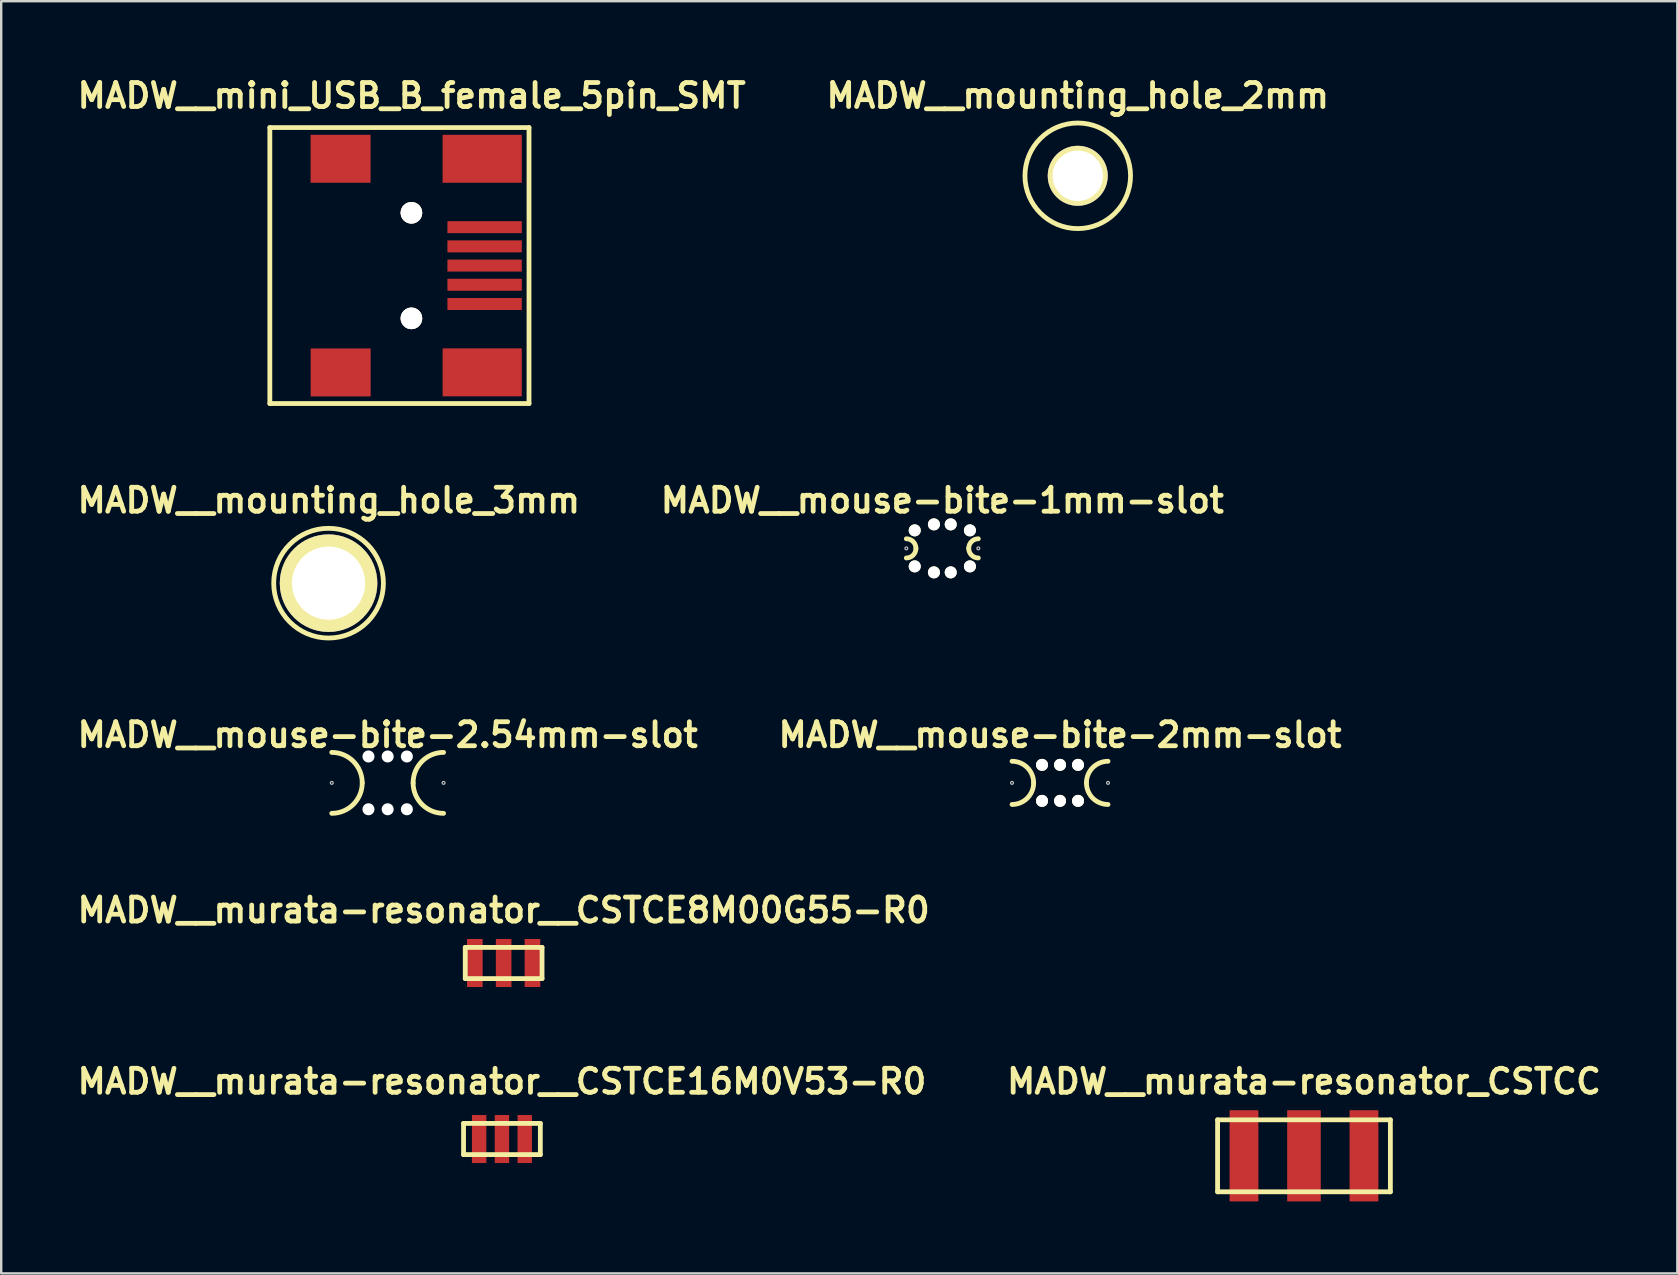
<source format=kicad_pcb>
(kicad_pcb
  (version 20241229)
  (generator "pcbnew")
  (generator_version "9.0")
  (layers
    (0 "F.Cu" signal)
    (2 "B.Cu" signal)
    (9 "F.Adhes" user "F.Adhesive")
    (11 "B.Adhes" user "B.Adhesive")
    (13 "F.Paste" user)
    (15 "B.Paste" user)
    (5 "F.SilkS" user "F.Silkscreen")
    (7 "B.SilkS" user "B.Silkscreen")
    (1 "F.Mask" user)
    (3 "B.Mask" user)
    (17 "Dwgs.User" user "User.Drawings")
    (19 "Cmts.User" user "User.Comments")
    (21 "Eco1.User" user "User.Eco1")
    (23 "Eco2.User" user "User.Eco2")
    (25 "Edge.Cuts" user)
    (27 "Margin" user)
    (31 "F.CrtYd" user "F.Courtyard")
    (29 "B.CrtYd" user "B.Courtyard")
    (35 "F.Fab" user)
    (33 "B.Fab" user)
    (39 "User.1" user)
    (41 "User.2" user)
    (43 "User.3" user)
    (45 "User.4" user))
  (footprint "MADW__murata-resonator_CSTCC"
    (layer "F.Cu")
    (at 51.29 45.116)
    (property "Reference" "MADW__murata-resonator_CSTCC" (at 0 -3.1 0) (layer "F.SilkS") (effects (font (size 1 1) (thickness 0.2))))
    (attr through_hole)
    (fp_line (start -3.6 -1.5) (end 3.6 -1.5) (stroke (width 0.2) (type solid)) (layer "F.SilkS"))
    (fp_line (start -3.6 1.5) (end -3.6 -1.5) (stroke (width 0.2) (type solid)) (layer "F.SilkS"))
    (fp_line (start 3.6 -1.5) (end 3.6 1.5) (stroke (width 0.2) (type solid)) (layer "F.SilkS"))
    (fp_line (start 3.6 1.5) (end -3.6 1.5) (stroke (width 0.2) (type solid)) (layer "F.SilkS"))
    (pad "1" smd rect (at -2.5 0) (size 1.2 3.8) (layers "F.Cu" "F.Mask" "F.Paste"))
    (pad "2" smd rect (at 0 0) (size 1.4 3.8) (layers "F.Cu" "F.Mask" "F.Paste"))
    (pad "3" smd rect (at 2.5 0) (size 1.2 3.8) (layers "F.Cu" "F.Mask" "F.Paste")))
  (footprint "MADW__murata-resonator__CSTCE8M00G55-R0"
    (layer "F.Cu")
    (at 17.938 37.08)
    (property "Reference" "MADW__murata-resonator__CSTCE8M00G55-R0" (at 0 -2.2 0) (layer "F.SilkS") (effects (font (size 1 1) (thickness 0.2))))
    (attr through_hole)
    (fp_line (start -1.6 -0.65) (end -1.6 0.65) (stroke (width 0.2) (type solid)) (layer "F.SilkS"))
    (fp_line (start -1.6 -0.65) (end 1.6 -0.65) (stroke (width 0.2) (type solid)) (layer "F.SilkS"))
    (fp_line (start 1.6 0.65) (end -1.6 0.65) (stroke (width 0.2) (type solid)) (layer "F.SilkS"))
    (fp_line (start 1.6 -0.65) (end 1.6 0.65) (stroke (width 0.2) (type solid)) (layer "F.SilkS"))
    (pad "1" smd rect (at -1.2 0) (size 0.65 2) (layers "F.Cu" "F.Mask" "F.Paste"))
    (pad "2" smd rect (at 0 0) (size 0.65 2) (layers "F.Cu" "F.Mask" "F.Paste"))
    (pad "3" smd rect (at 1.2 0) (size 0.65 2) (layers "F.Cu" "F.Mask" "F.Paste")))
  (footprint "MADW__mini_USB_B_female_5pin_SMT"
    (layer "F.Cu")
    (at 14.095 8.016)
    (property "Reference" "MADW__mini_USB_B_female_5pin_SMT" (at 0.01 -7.08 0) (layer "F.SilkS") (effects (font (size 1 1) (thickness 0.2))))
    (attr through_hole)
    (fp_line (start -5.9 5.75) (end -5.9 -5.75) (stroke (width 0.2) (type solid)) (layer "F.SilkS"))
    (fp_line (start -5.9 5.75) (end 4.9 5.75) (stroke (width 0.2) (type solid)) (layer "F.SilkS"))
    (fp_line (start 4.9 -5.75) (end -5.9 -5.75) (stroke (width 0.2) (type solid)) (layer "F.SilkS"))
    (fp_line (start 4.9 -5.75) (end 4.9 5.75) (stroke (width 0.2) (type solid)) (layer "F.SilkS"))
    (pad "1" smd rect (at 3.05 -1.599) (size 3.099 0.5) (layers "F.Cu" "F.Mask" "F.Paste"))
    (pad "2" smd rect (at 3.05 -0.799) (size 3.099 0.5) (layers "F.Cu" "F.Mask" "F.Paste"))
    (pad "3" smd rect (at 3.05 0.001) (size 3.099 0.5) (layers "F.Cu" "F.Mask" "F.Paste"))
    (pad "4" smd rect (at 3.05 0.801) (size 3.099 0.5) (layers "F.Cu" "F.Mask" "F.Paste"))
    (pad "5" smd rect (at 3.05 1.602) (size 3.099 0.5) (layers "F.Cu" "F.Mask" "F.Paste"))
    (pad "6" smd rect (at -2.952 -4.449) (size 2.499 1.999) (layers "F.Cu" "F.Mask" "F.Paste"))
    (pad "7" smd rect (at 2.949 -4.449) (size 3.299 1.999) (layers "F.Cu" "F.Mask" "F.Paste"))
    (pad "8" smd rect (at -2.949 4.454) (size 2.499 1.999) (layers "F.Cu" "F.Mask" "F.Paste"))
    (pad "9" smd rect (at 2.949 4.451) (size 3.299 1.999) (layers "F.Cu" "F.Mask" "F.Paste"))
    (pad "10" thru_hole circle (at -0.00032 -2.198) (size 0.899 0.899) (drill 0.899) (layers "*.Cu" "*.Mask" "F.SilkS"))
    (pad "11" thru_hole circle (at -0.00032 2.201) (size 0.899 0.899) (drill 0.899) (layers "*.Cu" "*.Mask" "F.SilkS")))
  (footprint "MADW__mounting_hole_2mm"
    (layer "F.Cu")
    (at 41.862 4.276)
    (property "Reference" "MADW__mounting_hole_2mm" (at 0 -3.34 0) (layer "F.SilkS") (effects (font (size 1 1) (thickness 0.2))))
    (attr through_hole)
    (fp_circle (center 0 0) (end 2.2 0) (stroke (width 0.2) (type solid)) (fill no) (layer "F.SilkS"))
    (pad "1" thru_hole circle (at 0 0) (size 2.5 2.5) (drill 2.1) (layers "*.Cu" "*.Mask" "F.SilkS")))
  (footprint "MADW__mounting_hole_3mm"
    (layer "F.Cu")
    (at 10.642 21.252)
    (property "Reference" "MADW__mounting_hole_3mm" (at 0.01 -3.45 0) (layer "F.SilkS") (effects (font (size 1 1) (thickness 0.2))))
    (attr through_hole)
    (fp_circle (center 0 0) (end 0 -2.286) (stroke (width 0.2) (type solid)) (fill no) (layer "F.SilkS"))
    (pad "1" thru_hole circle (at 0 0) (size 4.064 4.064) (drill 3.048) (layers "*.Cu" "*.Mask" "F.SilkS")))
  (footprint "MADW__mouse-bite-2.54mm-slot"
    (layer "F.Cu")
    (at 13.105 29.574)
    (property "Reference" "MADW__mouse-bite-2.54mm-slot" (at 0 -2 0) (layer "F.SilkS") (effects (font (size 1 1) (thickness 0.2))))
    (attr through_hole)
    (fp_arc (start -2.33 -1.27) (mid -1.431974 -0.898026) (end -1.06 0) (stroke (width 0.2) (type solid)) (layer "F.SilkS"))
    (fp_arc (start -1.06 0) (mid -1.431974 0.898026) (end -2.33 1.27) (stroke (width 0.2) (type solid)) (layer "F.SilkS"))
    (fp_arc (start 1.06 0) (mid 1.431974 -0.898026) (end 2.33 -1.27) (stroke (width 0.2) (type solid)) (layer "F.SilkS"))
    (fp_arc (start 2.33 1.27) (mid 1.431974 0.898026) (end 1.06 0) (stroke (width 0.2) (type solid)) (layer "F.SilkS"))
    (fp_circle (center -2.33 0) (end -2.27 0) (stroke (width 0.05) (type solid)) (fill no) (layer "Dwgs.User"))
    (fp_circle (center 2.33 0) (end 2.33 -0.06) (stroke (width 0.05) (type solid)) (fill no) (layer "Dwgs.User"))
    (fp_line (start -2.33 0) (end -2.33 0) (stroke (width 2.54) (type solid)) (layer "Eco1.User"))
    (fp_line (start 2.33 0) (end 2.33 0) (stroke (width 2.54) (type solid)) (layer "Eco1.User"))
    (pad "" np_thru_hole circle (at -0.8 -1.1) (size 0.5 0.5) (drill 0.5) (layers "*.Cu"))
    (pad "" np_thru_hole circle (at -0.8 1.1) (size 0.5 0.5) (drill 0.5) (layers "*.Cu"))
    (pad "" np_thru_hole circle (at 0 -1.1) (size 0.5 0.5) (drill 0.5) (layers "*.Cu"))
    (pad "" np_thru_hole circle (at 0 1.1) (size 0.5 0.5) (drill 0.5) (layers "*.Cu"))
    (pad "" np_thru_hole circle (at 0.8 -1.1) (size 0.5 0.5) (drill 0.5) (layers "*.Cu"))
    (pad "" np_thru_hole circle (at 0.8 1.1) (size 0.5 0.5) (drill 0.5) (layers "*.Cu")))
  (footprint "MADW__mouse-bite-2mm-slot"
    (layer "F.Cu")
    (at 41.124 29.574)
    (property "Reference" "MADW__mouse-bite-2mm-slot" (at 0 -2 0) (layer "F.SilkS") (effects (font (size 1 1) (thickness 0.2))))
    (attr through_hole)
    (fp_arc (start -2 -0.9) (mid -1.363604 -0.636396) (end -1.1 0) (stroke (width 0.2) (type solid)) (layer "F.SilkS"))
    (fp_arc (start -1.1 0) (mid -1.363604 0.636396) (end -2 0.9) (stroke (width 0.2) (type solid)) (layer "F.SilkS"))
    (fp_arc (start 1.1 0) (mid 1.363604 -0.636396) (end 2 -0.9) (stroke (width 0.2) (type solid)) (layer "F.SilkS"))
    (fp_arc (start 2 0.9) (mid 1.363604 0.636396) (end 1.1 0) (stroke (width 0.2) (type solid)) (layer "F.SilkS"))
    (fp_circle (center -2 0) (end -2 -0.06) (stroke (width 0.05) (type solid)) (fill no) (layer "Dwgs.User"))
    (fp_circle (center 2 0) (end 2.06 0) (stroke (width 0.05) (type solid)) (fill no) (layer "Dwgs.User"))
    (fp_line (start -2 0) (end -2 0) (stroke (width 2) (type solid)) (layer "Eco1.User"))
    (fp_line (start 2 0) (end 2 0) (stroke (width 2) (type solid)) (layer "Eco1.User"))
    (pad "" np_thru_hole circle (at -0.75 -0.75) (size 0.5 0.5) (drill 0.5) (layers "*.Cu" "*.Mask" "F.SilkS"))
    (pad "" np_thru_hole circle (at -0.75 0.75) (size 0.5 0.5) (drill 0.5) (layers "*.Cu" "*.Mask" "F.SilkS"))
    (pad "" np_thru_hole circle (at 0 -0.75) (size 0.5 0.5) (drill 0.5) (layers "*.Cu" "*.Mask" "F.SilkS"))
    (pad "" np_thru_hole circle (at 0 0.75) (size 0.5 0.5) (drill 0.5) (layers "*.Cu" "*.Mask" "F.SilkS"))
    (pad "" np_thru_hole circle (at 0.75 -0.75) (size 0.5 0.5) (drill 0.5) (layers "*.Cu" "*.Mask" "F.SilkS"))
    (pad "" np_thru_hole circle (at 0.75 0.75) (size 0.5 0.5) (drill 0.5) (layers "*.Cu" "*.Mask" "F.SilkS")))
  (footprint "MADW__mouse-bite-1mm-slot"
    (layer "F.Cu")
    (at 36.219 19.802)
    (property "Reference" "MADW__mouse-bite-1mm-slot" (at 0 -2 0) (layer "F.SilkS") (effects (font (size 1 1) (thickness 0.2))))
    (attr through_hole)
    (fp_arc (start -1.5 -0.4) (mid -1.217157 -0.282843) (end -1.1 0) (stroke (width 0.2) (type solid)) (layer "F.SilkS"))
    (fp_arc (start -1.1 0) (mid -1.217157 0.282843) (end -1.5 0.4) (stroke (width 0.2) (type solid)) (layer "F.SilkS"))
    (fp_arc (start 1.1 0) (mid 1.217157 -0.282843) (end 1.5 -0.4) (stroke (width 0.2) (type solid)) (layer "F.SilkS"))
    (fp_arc (start 1.5 0.4) (mid 1.217157 0.282843) (end 1.1 0) (stroke (width 0.2) (type solid)) (layer "F.SilkS"))
    (fp_circle (center -1.5 0) (end -1.44 0) (stroke (width 0.05) (type solid)) (fill no) (layer "Dwgs.User"))
    (fp_circle (center 1.5 0) (end 1.56 0) (stroke (width 0.05) (type solid)) (fill no) (layer "Dwgs.User"))
    (fp_line (start -1.5 0) (end -1.5 0) (stroke (width 1) (type solid)) (layer "Eco1.User"))
    (fp_line (start 1.5 0) (end 1.5 0) (stroke (width 1) (type solid)) (layer "Eco1.User"))
    (pad "" np_thru_hole circle (at -1.15 -0.75) (size 0.5 0.5) (drill 0.5) (layers "*.Cu" "*.Mask" "F.SilkS"))
    (pad "" np_thru_hole circle (at -1.15 0.75) (size 0.5 0.5) (drill 0.5) (layers "*.Cu" "*.Mask" "F.SilkS"))
    (pad "" np_thru_hole circle (at -0.35 -1) (size 0.5 0.5) (drill 0.5) (layers "*.Cu" "*.Mask" "F.SilkS"))
    (pad "" np_thru_hole circle (at -0.35 1) (size 0.5 0.5) (drill 0.5) (layers "*.Cu" "*.Mask" "F.SilkS"))
    (pad "" np_thru_hole circle (at 0.35 -1) (size 0.5 0.5) (drill 0.5) (layers "*.Cu" "*.Mask" "F.SilkS"))
    (pad "" np_thru_hole circle (at 0.35 1) (size 0.5 0.5) (drill 0.5) (layers "*.Cu" "*.Mask" "F.SilkS"))
    (pad "" np_thru_hole circle (at 1.15 -0.75) (size 0.5 0.5) (drill 0.5) (layers "*.Cu" "*.Mask" "F.SilkS"))
    (pad "" np_thru_hole circle (at 1.15 0.75) (size 0.5 0.5) (drill 0.5) (layers "*.Cu" "*.Mask" "F.SilkS")))
  (footprint "MADW__murata-resonator__CSTCE16M0V53-R0"
    (layer "F.Cu")
    (at 17.867 44.416)
    (property "Reference" "MADW__murata-resonator__CSTCE16M0V53-R0" (at 0 -2.4 0) (layer "F.SilkS") (effects (font (size 1 1) (thickness 0.2))))
    (attr through_hole)
    (fp_line (start -1.6 -0.65) (end -1.6 0.65) (stroke (width 0.2) (type solid)) (layer "F.SilkS"))
    (fp_line (start -1.6 -0.65) (end 1.6 -0.65) (stroke (width 0.2) (type solid)) (layer "F.SilkS"))
    (fp_line (start 1.6 0.65) (end -1.6 0.65) (stroke (width 0.2) (type solid)) (layer "F.SilkS"))
    (fp_line (start 1.6 -0.65) (end 1.6 0.65) (stroke (width 0.2) (type solid)) (layer "F.SilkS"))
    (pad "1" smd rect (at -0.95 0) (size 0.6 2) (layers "F.Cu" "F.Mask" "F.Paste"))
    (pad "2" smd rect (at 0 0) (size 0.6 2) (layers "F.Cu" "F.Mask" "F.Paste"))
    (pad "3" smd rect (at 0.95 0) (size 0.6 2) (layers "F.Cu" "F.Mask" "F.Paste")))
  (gr_rect
    (start -3 -3)
    (end 66.848 50.016)
    (stroke (width 0.1) (type default))
    (fill no)
    (layer "Edge.Cuts")))
</source>
